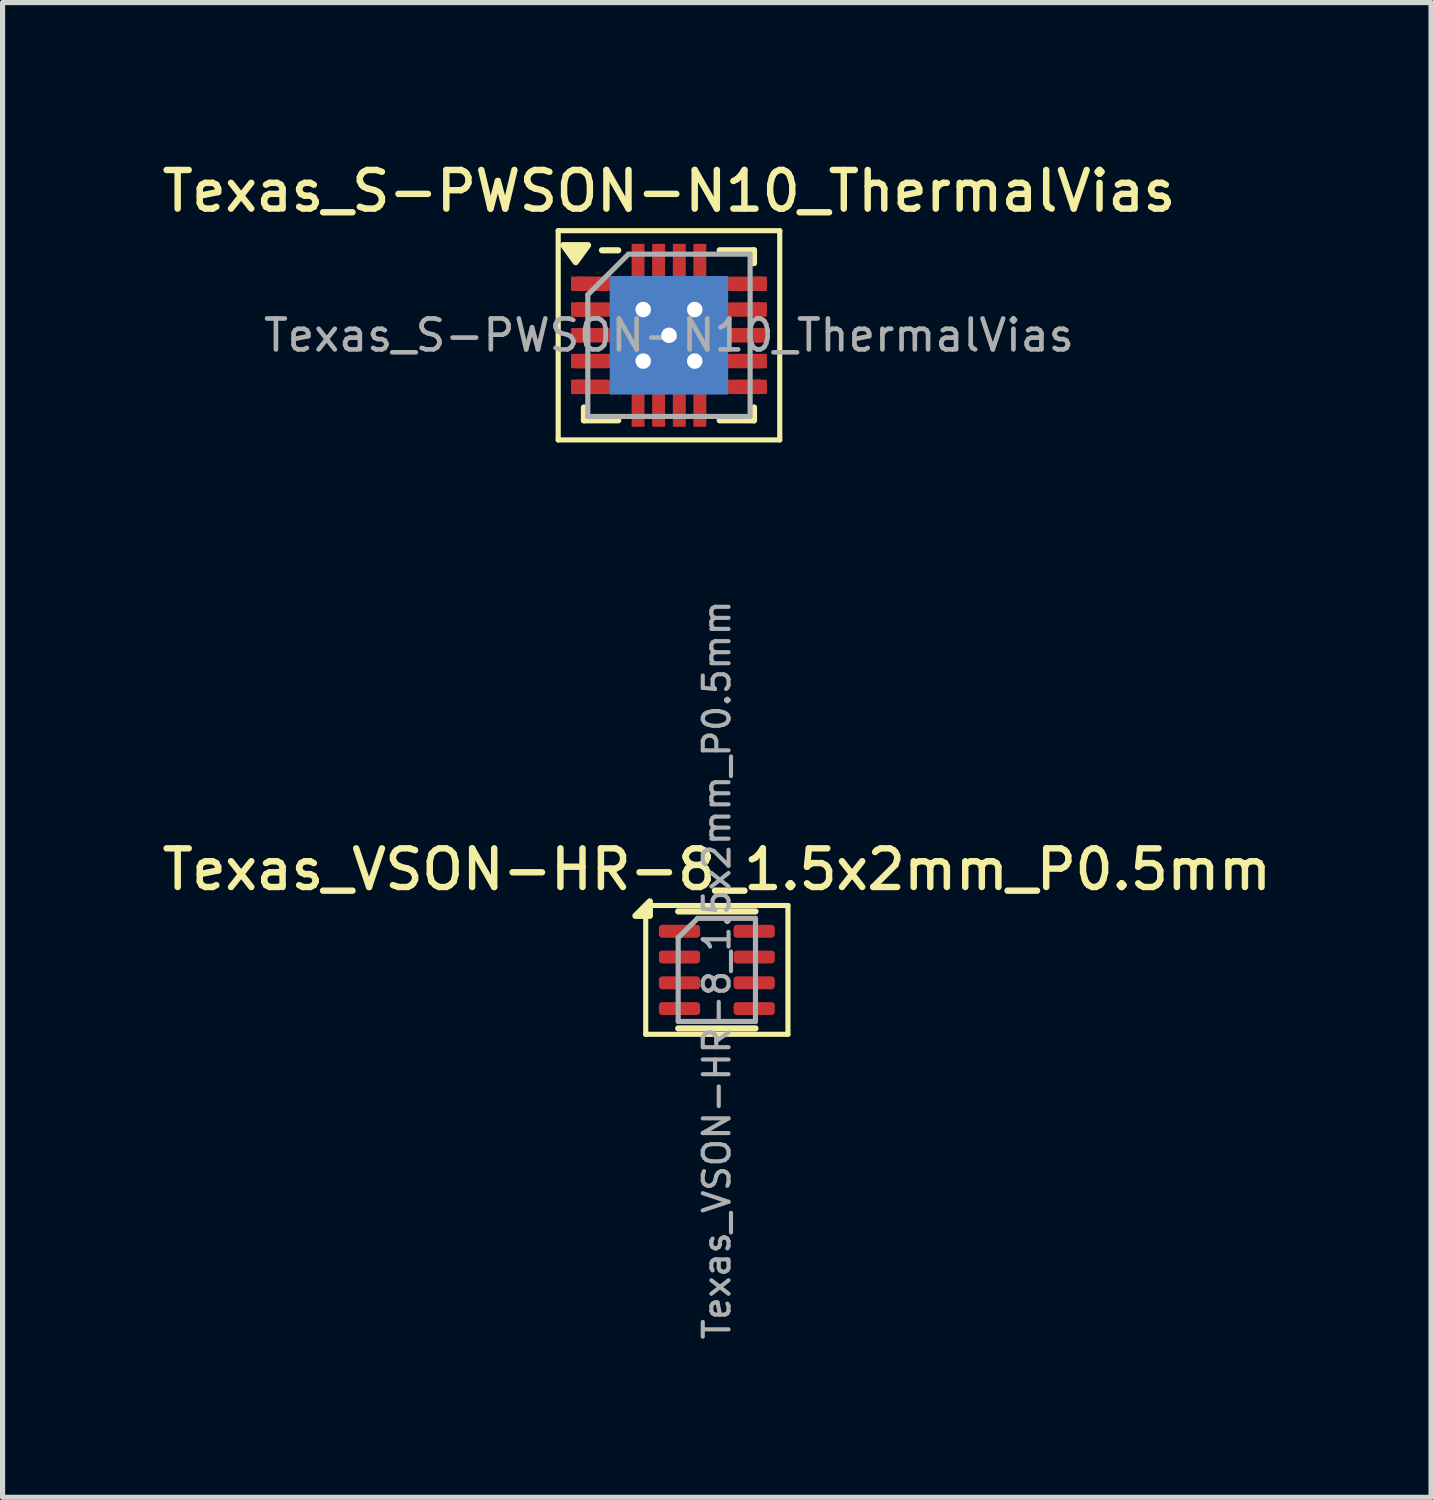
<source format=kicad_pcb>
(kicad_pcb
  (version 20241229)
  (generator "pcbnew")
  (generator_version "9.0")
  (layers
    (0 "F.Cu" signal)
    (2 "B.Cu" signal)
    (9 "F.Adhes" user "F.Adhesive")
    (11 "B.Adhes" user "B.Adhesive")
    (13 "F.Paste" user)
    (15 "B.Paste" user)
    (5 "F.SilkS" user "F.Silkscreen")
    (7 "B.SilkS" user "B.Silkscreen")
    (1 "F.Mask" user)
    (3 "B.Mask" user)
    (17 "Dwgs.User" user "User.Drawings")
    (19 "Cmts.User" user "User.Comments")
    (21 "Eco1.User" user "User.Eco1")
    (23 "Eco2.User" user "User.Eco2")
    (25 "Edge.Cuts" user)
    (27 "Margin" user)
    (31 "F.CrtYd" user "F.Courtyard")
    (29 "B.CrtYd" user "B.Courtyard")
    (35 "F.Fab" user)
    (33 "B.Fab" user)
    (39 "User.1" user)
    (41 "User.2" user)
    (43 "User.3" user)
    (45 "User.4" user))
  (footprint "Texas_VSON-HR-8_1.5x2mm_P0.5mm"
    (layer "F.Cu")
    (at 10.863 15.775)
    (property "Reference" "Texas_VSON-HR-8_1.5x2mm_P0.5mm" (at 0 -1.95 0) (layer "F.SilkS") (effects (font (size 0.75 0.75) (thickness 0.125))))
    (attr smd)
    (fp_line (start -1.38 -1.25) (end -1.38 1.25) (stroke (width 0.1) (type solid)) (layer "F.SilkS"))
    (fp_line (start -1.38 1.25) (end 1.38 1.25) (stroke (width 0.1) (type solid)) (layer "F.SilkS"))
    (fp_line (start -0.75 -1.135) (end 0.75 -1.135) (stroke (width 0.12) (type solid)) (layer "F.SilkS"))
    (fp_line (start -0.75 1.135) (end 0.75 1.135) (stroke (width 0.12) (type solid)) (layer "F.SilkS"))
    (fp_line (start 1.38 -1.25) (end -1.38 -1.25) (stroke (width 0.1) (type solid)) (layer "F.SilkS"))
    (fp_line (start 1.38 1.25) (end 1.38 -1.25) (stroke (width 0.1) (type solid)) (layer "F.SilkS"))
    (fp_poly (pts (xy -1.3 -1.05) (xy -1.58 -1.05) (xy -1.3 -1.33) (xy -1.3 -1.05)) (stroke (width 0.12) (type solid)) (fill yes) (layer "F.SilkS"))
    (fp_line (start -0.75 -0.625) (end -0.375 -1) (stroke (width 0.1) (type solid)) (layer "F.Fab"))
    (fp_line (start -0.75 1) (end -0.75 -0.625) (stroke (width 0.1) (type solid)) (layer "F.Fab"))
    (fp_line (start -0.375 -1) (end 0.75 -1) (stroke (width 0.1) (type solid)) (layer "F.Fab"))
    (fp_line (start 0.75 -1) (end 0.75 1) (stroke (width 0.1) (type solid)) (layer "F.Fab"))
    (fp_line (start 0.75 1) (end -0.75 1) (stroke (width 0.1) (type solid)) (layer "F.Fab"))
    (fp_text user "${REFERENCE}" (at 0 0 90) (layer "F.Fab") (effects (font (size 0.5 0.5) (thickness 0.08))))
    (pad "1" smd roundrect (at -0.725 -0.75) (size 0.8 0.25) (layers "F.Cu" "F.Mask" "F.Paste") (roundrect_rratio 0.25))
    (pad "2" smd roundrect (at -0.725 -0.25) (size 0.8 0.25) (layers "F.Cu" "F.Mask" "F.Paste") (roundrect_rratio 0.25))
    (pad "3" smd roundrect (at -0.725 0.25) (size 0.8 0.25) (layers "F.Cu" "F.Mask" "F.Paste") (roundrect_rratio 0.25))
    (pad "4" smd roundrect (at -0.725 0.75) (size 0.8 0.25) (layers "F.Cu" "F.Mask" "F.Paste") (roundrect_rratio 0.25))
    (pad "5" smd roundrect (at 0.725 0.75) (size 0.8 0.25) (layers "F.Cu" "F.Mask" "F.Paste") (roundrect_rratio 0.25))
    (pad "6" smd roundrect (at 0.725 0.25) (size 0.8 0.25) (layers "F.Cu" "F.Mask" "F.Paste") (roundrect_rratio 0.25))
    (pad "7" smd roundrect (at 0.725 -0.25) (size 0.8 0.25) (layers "F.Cu" "F.Mask" "F.Paste") (roundrect_rratio 0.25))
    (pad "8" smd roundrect (at 0.725 -0.75) (size 0.8 0.25) (layers "F.Cu" "F.Mask" "F.Paste") (roundrect_rratio 0.25)))
  (footprint "Texas_S-PWSON-N10_ThermalVias"
    (layer "F.Cu")
    (at 9.934 3.458)
    (property "Reference" "Texas_S-PWSON-N10_ThermalVias" (at 0 -2.8 0) (layer "F.SilkS") (effects (font (size 0.75 0.75) (thickness 0.125))))
    (attr smd)
    (fp_line (start -2.15 -2.03) (end -2.15 2.03) (stroke (width 0.1) (type solid)) (layer "F.SilkS"))
    (fp_line (start -2.15 -2.03) (end 2.15 -2.03) (stroke (width 0.1) (type solid)) (layer "F.SilkS"))
    (fp_line (start -2.15 2.03) (end 2.15 2.03) (stroke (width 0.1) (type solid)) (layer "F.SilkS"))
    (fp_line (start -1.65 1.65) (end -1.65 1.4) (stroke (width 0.12) (type solid)) (layer "F.SilkS"))
    (fp_line (start -1.65 1.65) (end -0.985 1.65) (stroke (width 0.12) (type solid)) (layer "F.SilkS"))
    (fp_line (start -1.3 -1.65) (end -0.985 -1.65) (stroke (width 0.12) (type solid)) (layer "F.SilkS"))
    (fp_line (start 0.985 -1.65) (end 1.65 -1.65) (stroke (width 0.12) (type solid)) (layer "F.SilkS"))
    (fp_line (start 0.985 1.65) (end 1.65 1.65) (stroke (width 0.12) (type solid)) (layer "F.SilkS"))
    (fp_line (start 1.65 -1.4) (end 1.65 -1.65) (stroke (width 0.12) (type solid)) (layer "F.SilkS"))
    (fp_line (start 1.65 1.4) (end 1.65 1.65) (stroke (width 0.12) (type solid)) (layer "F.SilkS"))
    (fp_line (start 2.15 -2.03) (end 2.15 2.03) (stroke (width 0.1) (type solid)) (layer "F.SilkS"))
    (fp_poly (pts (xy -1.81 -1.42) (xy -2.05 -1.75) (xy -1.57 -1.75) (xy -1.81 -1.42)) (stroke (width 0.12) (type solid)) (fill yes) (layer "F.SilkS"))
    (fp_line (start -1.575 1.575) (end -1.575 -0.787) (stroke (width 0.1) (type solid)) (layer "F.Fab"))
    (fp_line (start -0.787 -1.575) (end -1.575 -0.787) (stroke (width 0.1) (type solid)) (layer "F.Fab"))
    (fp_line (start -0.787 -1.575) (end 1.575 -1.575) (stroke (width 0.1) (type solid)) (layer "F.Fab"))
    (fp_line (start 1.575 -1.575) (end 1.575 1.575) (stroke (width 0.1) (type solid)) (layer "F.Fab"))
    (fp_line (start 1.575 1.575) (end -1.575 1.575) (stroke (width 0.1) (type solid)) (layer "F.Fab"))
    (fp_text user "${REFERENCE}" (at 0 0 0) (layer "F.Fab") (effects (font (size 0.6 0.6) (thickness 0.09))))
    (pad "1" smd rect (at -1.76 -1) (size 0.28 0.28) (layers "F.Cu" "F.Mask" "F.Paste"))
    (pad "1" smd oval (at -1.475 -1) (size 0.85 0.28) (layers "F.Cu" "F.Mask" "F.Paste"))
    (pad "2" smd rect (at -1.76 -0.5) (size 0.28 0.28) (layers "F.Cu" "F.Mask" "F.Paste"))
    (pad "2" smd oval (at -1.475 -0.5) (size 0.85 0.28) (layers "F.Cu" "F.Mask" "F.Paste"))
    (pad "3" smd rect (at -1.76 0) (size 0.28 0.28) (layers "F.Cu" "F.Mask" "F.Paste"))
    (pad "3" smd oval (at -1.475 0) (size 0.85 0.28) (layers "F.Cu" "F.Mask" "F.Paste"))
    (pad "4" smd rect (at -1.76 0.5) (size 0.28 0.28) (layers "F.Cu" "F.Mask" "F.Paste"))
    (pad "4" smd oval (at -1.475 0.5) (size 0.85 0.28) (layers "F.Cu" "F.Mask" "F.Paste"))
    (pad "5" smd rect (at -1.76 1) (size 0.28 0.28) (layers "F.Cu" "F.Mask" "F.Paste"))
    (pad "5" smd oval (at -1.475 1) (size 0.85 0.28) (layers "F.Cu" "F.Mask" "F.Paste"))
    (pad "6" smd oval (at 1.475 1) (size 0.85 0.28) (layers "F.Cu" "F.Mask" "F.Paste"))
    (pad "6" smd rect (at 1.76 1) (size 0.28 0.28) (layers "F.Cu" "F.Mask" "F.Paste"))
    (pad "7" smd oval (at 1.475 0.5) (size 0.85 0.28) (layers "F.Cu" "F.Mask" "F.Paste"))
    (pad "7" smd rect (at 1.76 0.5) (size 0.28 0.28) (layers "F.Cu" "F.Mask" "F.Paste"))
    (pad "8" smd oval (at 1.475 0) (size 0.85 0.28) (layers "F.Cu" "F.Mask" "F.Paste"))
    (pad "8" smd rect (at 1.76 0) (size 0.28 0.28) (layers "F.Cu" "F.Mask" "F.Paste"))
    (pad "9" smd oval (at 1.475 -0.5) (size 0.85 0.28) (layers "F.Cu" "F.Mask" "F.Paste"))
    (pad "9" smd rect (at 1.76 -0.5) (size 0.28 0.28) (layers "F.Cu" "F.Mask" "F.Paste"))
    (pad "10" smd oval (at 1.475 -1) (size 0.85 0.28) (layers "F.Cu" "F.Mask" "F.Paste"))
    (pad "10" smd rect (at 1.76 -1) (size 0.28 0.28) (layers "F.Cu" "F.Mask" "F.Paste"))
    (pad "11" smd rect (at -0.6 -1.425) (size 0.23 0.6) (layers "F.Cu" "F.Mask" "F.Paste"))
    (pad "11" smd rect (at -0.6 -1.425) (size 0.25 0.7) (layers "F.Cu" "F.Mask" "F.Paste"))
    (pad "11" smd rect (at -0.6 1.425) (size 0.23 0.6) (layers "F.Cu" "F.Mask" "F.Paste"))
    (pad "11" smd rect (at -0.6 1.425) (size 0.25 0.7) (layers "F.Cu" "F.Mask" "F.Paste"))
    (pad "11" thru_hole circle (at -0.5 -0.5) (size 0.6 0.6) (drill 0.3) (layers "*.Cu" "*.Mask"))
    (pad "11" thru_hole circle (at -0.5 0.5) (size 0.6 0.6) (drill 0.3) (layers "*.Cu" "*.Mask"))
    (pad "11" smd rect (at -0.435 -0.56) (size 0.65 0.9) (layers "F.Cu" "F.Mask" "F.Paste"))
    (pad "11" smd rect (at -0.435 0.56) (size 0.65 0.9) (layers "F.Cu" "F.Mask" "F.Paste"))
    (pad "11" smd rect (at -0.2 -1.425) (size 0.23 0.6) (layers "F.Cu" "F.Mask" "F.Paste"))
    (pad "11" smd rect (at -0.2 -1.425) (size 0.25 0.7) (layers "F.Cu" "F.Mask" "F.Paste"))
    (pad "11" smd rect (at -0.2 1.425) (size 0.23 0.6) (layers "F.Cu" "F.Mask" "F.Paste"))
    (pad "11" smd rect (at -0.2 1.425) (size 0.25 0.7) (layers "F.Cu" "F.Mask" "F.Paste"))
    (pad "11" smd rect (at -0.001 0) (size 2.3 2.3) (layers "B.Cu"))
    (pad "11" thru_hole circle (at 0 0) (size 0.6 0.6) (drill 0.3) (layers "*.Cu" "*.Mask"))
    (pad "11" smd rect (at 0 0) (size 1.7 2.15) (layers "F.Cu" "F.Mask"))
    (pad "11" smd rect (at 0.2 -1.425) (size 0.23 0.6) (layers "F.Cu" "F.Mask" "F.Paste"))
    (pad "11" smd rect (at 0.2 -1.425) (size 0.25 0.7) (layers "F.Cu" "F.Mask" "F.Paste"))
    (pad "11" smd rect (at 0.2 1.425) (size 0.23 0.6) (layers "F.Cu" "F.Mask" "F.Paste"))
    (pad "11" smd rect (at 0.2 1.425) (size 0.25 0.7) (layers "F.Cu" "F.Mask" "F.Paste"))
    (pad "11" smd rect (at 0.435 -0.56) (size 0.65 0.9) (layers "F.Cu" "F.Mask" "F.Paste"))
    (pad "11" smd rect (at 0.435 0.56) (size 0.65 0.9) (layers "F.Cu" "F.Mask" "F.Paste"))
    (pad "11" thru_hole circle (at 0.5 -0.5) (size 0.6 0.6) (drill 0.3) (layers "*.Cu" "*.Mask"))
    (pad "11" thru_hole circle (at 0.5 0.5) (size 0.6 0.6) (drill 0.3) (layers "*.Cu" "*.Mask"))
    (pad "11" smd rect (at 0.6 -1.425) (size 0.23 0.6) (layers "F.Cu" "F.Mask" "F.Paste"))
    (pad "11" smd rect (at 0.6 -1.425) (size 0.25 0.7) (layers "F.Cu" "F.Mask" "F.Paste"))
    (pad "11" smd rect (at 0.6 1.425) (size 0.23 0.6) (layers "F.Cu" "F.Mask" "F.Paste"))
    (pad "11" smd rect (at 0.6 1.425) (size 0.25 0.7) (layers "F.Cu" "F.Mask" "F.Paste")))
  (gr_rect
    (start -3 -3)
    (end 24.725 26.011)
    (stroke (width 0.1) (type default))
    (fill no)
    (layer "Edge.Cuts")))
</source>
